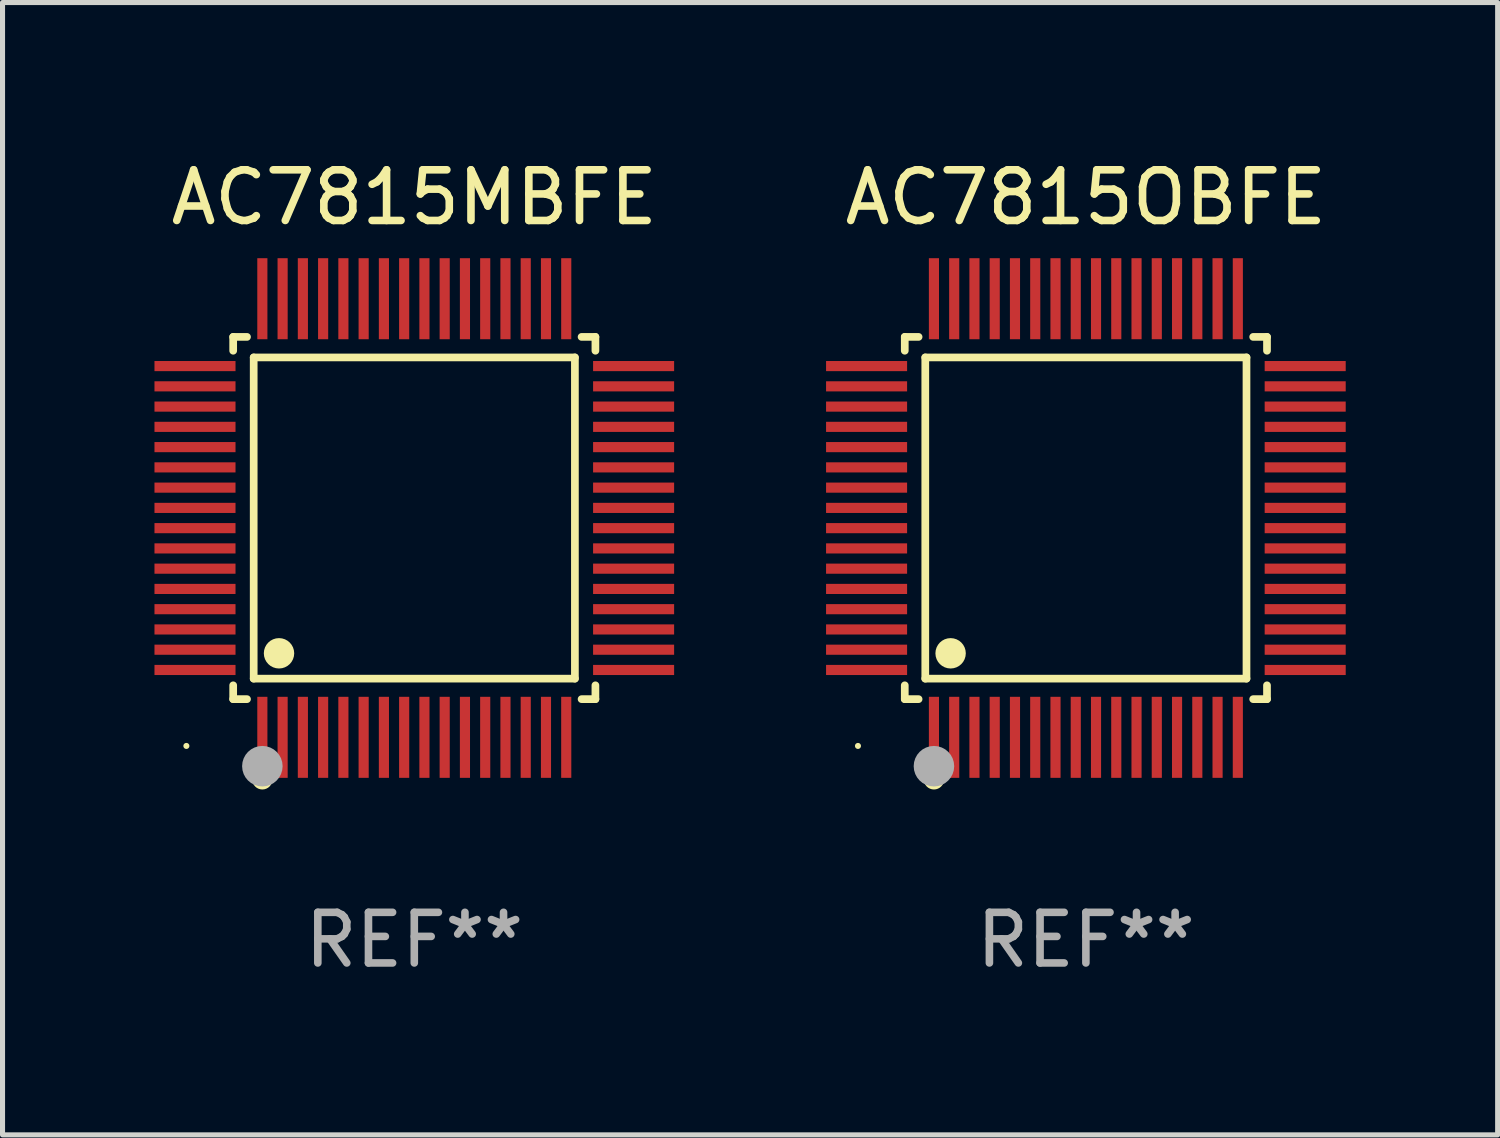
<source format=kicad_pcb>
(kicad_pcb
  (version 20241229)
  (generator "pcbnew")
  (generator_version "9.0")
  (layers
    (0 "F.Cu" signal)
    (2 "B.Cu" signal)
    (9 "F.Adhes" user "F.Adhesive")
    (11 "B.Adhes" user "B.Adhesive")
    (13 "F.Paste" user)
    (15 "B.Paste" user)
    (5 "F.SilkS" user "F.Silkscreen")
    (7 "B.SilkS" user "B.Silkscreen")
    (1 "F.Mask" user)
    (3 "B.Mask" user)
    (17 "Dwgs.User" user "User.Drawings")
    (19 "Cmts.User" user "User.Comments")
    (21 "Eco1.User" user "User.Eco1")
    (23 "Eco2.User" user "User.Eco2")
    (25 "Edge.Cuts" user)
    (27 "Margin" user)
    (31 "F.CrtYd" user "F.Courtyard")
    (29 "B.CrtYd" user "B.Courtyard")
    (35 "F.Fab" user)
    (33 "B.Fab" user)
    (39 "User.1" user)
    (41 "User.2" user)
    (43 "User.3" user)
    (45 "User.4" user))
  (footprint "AC7815MBFE"
    (layer "F.Cu")
    (at 5.13 7.178)
    (property "Reference" "AC7815MBFE" (at 0 -6.33 0) (layer "F.SilkS") (effects (font (size 1 1) (thickness 0.15))))
    (attr through_hole)
    (fp_line (start -3.576 -3.576) (end -3.303 -3.576) (stroke (width 0.152) (type solid)) (layer "F.SilkS"))
    (fp_line (start -3.576 -3.303) (end -3.576 -3.576) (stroke (width 0.152) (type solid)) (layer "F.SilkS"))
    (fp_line (start -3.576 3.303) (end -3.576 3.576) (stroke (width 0.152) (type solid)) (layer "F.SilkS"))
    (fp_line (start -3.576 3.576) (end -3.303 3.576) (stroke (width 0.152) (type solid)) (layer "F.SilkS"))
    (fp_line (start -3.171 -3.171) (end 3.171 -3.171) (stroke (width 0.152) (type solid)) (layer "F.SilkS"))
    (fp_line (start -3.171 3.171) (end -3.171 -3.171) (stroke (width 0.152) (type solid)) (layer "F.SilkS"))
    (fp_line (start 3.171 -3.171) (end 3.171 3.171) (stroke (width 0.152) (type solid)) (layer "F.SilkS"))
    (fp_line (start 3.171 3.171) (end -3.171 3.171) (stroke (width 0.152) (type solid)) (layer "F.SilkS"))
    (fp_line (start 3.576 -3.576) (end 3.303 -3.576) (stroke (width 0.152) (type solid)) (layer "F.SilkS"))
    (fp_line (start 3.576 -3.303) (end 3.576 -3.576) (stroke (width 0.152) (type solid)) (layer "F.SilkS"))
    (fp_line (start 3.576 3.303) (end 3.576 3.576) (stroke (width 0.152) (type solid)) (layer "F.SilkS"))
    (fp_line (start 3.576 3.576) (end 3.303 3.576) (stroke (width 0.152) (type solid)) (layer "F.SilkS"))
    (fp_circle (center -4.5 4.5) (end -4.47 4.5) (stroke (width 0.06) (type solid)) (fill no) (layer "F.SilkS"))
    (fp_circle (center -3 5.16) (end -2.9 5.16) (stroke (width 0.2) (type solid)) (fill no) (layer "F.SilkS"))
    (fp_circle (center -2.671 2.671) (end -2.521 2.671) (stroke (width 0.3) (type solid)) (fill no) (layer "F.SilkS"))
    (fp_circle (center -3 4.9) (end -2.8 4.9) (stroke (width 0.4) (type solid)) (fill no) (layer "F.Fab"))
    (fp_text user "REF**" (at 0 8.33 0) (layer "F.Fab") (effects (font (size 1 1) (thickness 0.15))))
    (pad "1" smd rect (at -3 4.33) (size 0.2 1.6) (layers "F.Cu" "F.Mask" "F.Paste"))
    (pad "2" smd rect (at -2.6 4.33) (size 0.2 1.6) (layers "F.Cu" "F.Mask" "F.Paste"))
    (pad "3" smd rect (at -2.2 4.33) (size 0.2 1.6) (layers "F.Cu" "F.Mask" "F.Paste"))
    (pad "4" smd rect (at -1.8 4.33) (size 0.2 1.6) (layers "F.Cu" "F.Mask" "F.Paste"))
    (pad "5" smd rect (at -1.4 4.33) (size 0.2 1.6) (layers "F.Cu" "F.Mask" "F.Paste"))
    (pad "6" smd rect (at -1 4.33) (size 0.2 1.6) (layers "F.Cu" "F.Mask" "F.Paste"))
    (pad "7" smd rect (at -0.6 4.33) (size 0.2 1.6) (layers "F.Cu" "F.Mask" "F.Paste"))
    (pad "8" smd rect (at -0.2 4.33) (size 0.2 1.6) (layers "F.Cu" "F.Mask" "F.Paste"))
    (pad "9" smd rect (at 0.2 4.33) (size 0.2 1.6) (layers "F.Cu" "F.Mask" "F.Paste"))
    (pad "10" smd rect (at 0.6 4.33) (size 0.2 1.6) (layers "F.Cu" "F.Mask" "F.Paste"))
    (pad "11" smd rect (at 1 4.33) (size 0.2 1.6) (layers "F.Cu" "F.Mask" "F.Paste"))
    (pad "12" smd rect (at 1.4 4.33) (size 0.2 1.6) (layers "F.Cu" "F.Mask" "F.Paste"))
    (pad "13" smd rect (at 1.8 4.33) (size 0.2 1.6) (layers "F.Cu" "F.Mask" "F.Paste"))
    (pad "14" smd rect (at 2.2 4.33) (size 0.2 1.6) (layers "F.Cu" "F.Mask" "F.Paste"))
    (pad "15" smd rect (at 2.6 4.33) (size 0.2 1.6) (layers "F.Cu" "F.Mask" "F.Paste"))
    (pad "16" smd rect (at 3 4.33) (size 0.2 1.6) (layers "F.Cu" "F.Mask" "F.Paste"))
    (pad "17" smd rect (at 4.33 3) (size 1.6 0.2) (layers "F.Cu" "F.Mask" "F.Paste"))
    (pad "18" smd rect (at 4.33 2.6) (size 1.6 0.2) (layers "F.Cu" "F.Mask" "F.Paste"))
    (pad "19" smd rect (at 4.33 2.2) (size 1.6 0.2) (layers "F.Cu" "F.Mask" "F.Paste"))
    (pad "20" smd rect (at 4.33 1.8) (size 1.6 0.2) (layers "F.Cu" "F.Mask" "F.Paste"))
    (pad "21" smd rect (at 4.33 1.4) (size 1.6 0.2) (layers "F.Cu" "F.Mask" "F.Paste"))
    (pad "22" smd rect (at 4.33 1) (size 1.6 0.2) (layers "F.Cu" "F.Mask" "F.Paste"))
    (pad "23" smd rect (at 4.33 0.6) (size 1.6 0.2) (layers "F.Cu" "F.Mask" "F.Paste"))
    (pad "24" smd rect (at 4.33 0.2) (size 1.6 0.2) (layers "F.Cu" "F.Mask" "F.Paste"))
    (pad "25" smd rect (at 4.33 -0.2) (size 1.6 0.2) (layers "F.Cu" "F.Mask" "F.Paste"))
    (pad "26" smd rect (at 4.33 -0.6) (size 1.6 0.2) (layers "F.Cu" "F.Mask" "F.Paste"))
    (pad "27" smd rect (at 4.33 -1) (size 1.6 0.2) (layers "F.Cu" "F.Mask" "F.Paste"))
    (pad "28" smd rect (at 4.33 -1.4) (size 1.6 0.2) (layers "F.Cu" "F.Mask" "F.Paste"))
    (pad "29" smd rect (at 4.33 -1.8) (size 1.6 0.2) (layers "F.Cu" "F.Mask" "F.Paste"))
    (pad "30" smd rect (at 4.33 -2.2) (size 1.6 0.2) (layers "F.Cu" "F.Mask" "F.Paste"))
    (pad "31" smd rect (at 4.33 -2.6) (size 1.6 0.2) (layers "F.Cu" "F.Mask" "F.Paste"))
    (pad "32" smd rect (at 4.33 -3) (size 1.6 0.2) (layers "F.Cu" "F.Mask" "F.Paste"))
    (pad "33" smd rect (at 3 -4.33) (size 0.2 1.6) (layers "F.Cu" "F.Mask" "F.Paste"))
    (pad "34" smd rect (at 2.6 -4.33) (size 0.2 1.6) (layers "F.Cu" "F.Mask" "F.Paste"))
    (pad "35" smd rect (at 2.2 -4.33) (size 0.2 1.6) (layers "F.Cu" "F.Mask" "F.Paste"))
    (pad "36" smd rect (at 1.8 -4.33) (size 0.2 1.6) (layers "F.Cu" "F.Mask" "F.Paste"))
    (pad "37" smd rect (at 1.4 -4.33) (size 0.2 1.6) (layers "F.Cu" "F.Mask" "F.Paste"))
    (pad "38" smd rect (at 1 -4.33) (size 0.2 1.6) (layers "F.Cu" "F.Mask" "F.Paste"))
    (pad "39" smd rect (at 0.6 -4.33) (size 0.2 1.6) (layers "F.Cu" "F.Mask" "F.Paste"))
    (pad "40" smd rect (at 0.2 -4.33) (size 0.2 1.6) (layers "F.Cu" "F.Mask" "F.Paste"))
    (pad "41" smd rect (at -0.2 -4.33) (size 0.2 1.6) (layers "F.Cu" "F.Mask" "F.Paste"))
    (pad "42" smd rect (at -0.6 -4.33) (size 0.2 1.6) (layers "F.Cu" "F.Mask" "F.Paste"))
    (pad "43" smd rect (at -1 -4.33) (size 0.2 1.6) (layers "F.Cu" "F.Mask" "F.Paste"))
    (pad "44" smd rect (at -1.4 -4.33) (size 0.2 1.6) (layers "F.Cu" "F.Mask" "F.Paste"))
    (pad "45" smd rect (at -1.8 -4.33) (size 0.2 1.6) (layers "F.Cu" "F.Mask" "F.Paste"))
    (pad "46" smd rect (at -2.2 -4.33) (size 0.2 1.6) (layers "F.Cu" "F.Mask" "F.Paste"))
    (pad "47" smd rect (at -2.6 -4.33) (size 0.2 1.6) (layers "F.Cu" "F.Mask" "F.Paste"))
    (pad "48" smd rect (at -3 -4.33) (size 0.2 1.6) (layers "F.Cu" "F.Mask" "F.Paste"))
    (pad "49" smd rect (at -4.33 -3) (size 1.6 0.2) (layers "F.Cu" "F.Mask" "F.Paste"))
    (pad "50" smd rect (at -4.33 -2.6) (size 1.6 0.2) (layers "F.Cu" "F.Mask" "F.Paste"))
    (pad "51" smd rect (at -4.33 -2.2) (size 1.6 0.2) (layers "F.Cu" "F.Mask" "F.Paste"))
    (pad "52" smd rect (at -4.33 -1.8) (size 1.6 0.2) (layers "F.Cu" "F.Mask" "F.Paste"))
    (pad "53" smd rect (at -4.33 -1.4) (size 1.6 0.2) (layers "F.Cu" "F.Mask" "F.Paste"))
    (pad "54" smd rect (at -4.33 -1) (size 1.6 0.2) (layers "F.Cu" "F.Mask" "F.Paste"))
    (pad "55" smd rect (at -4.33 -0.6) (size 1.6 0.2) (layers "F.Cu" "F.Mask" "F.Paste"))
    (pad "56" smd rect (at -4.33 -0.2) (size 1.6 0.2) (layers "F.Cu" "F.Mask" "F.Paste"))
    (pad "57" smd rect (at -4.33 0.2) (size 1.6 0.2) (layers "F.Cu" "F.Mask" "F.Paste"))
    (pad "58" smd rect (at -4.33 0.6) (size 1.6 0.2) (layers "F.Cu" "F.Mask" "F.Paste"))
    (pad "59" smd rect (at -4.33 1) (size 1.6 0.2) (layers "F.Cu" "F.Mask" "F.Paste"))
    (pad "60" smd rect (at -4.33 1.4) (size 1.6 0.2) (layers "F.Cu" "F.Mask" "F.Paste"))
    (pad "61" smd rect (at -4.33 1.8) (size 1.6 0.2) (layers "F.Cu" "F.Mask" "F.Paste"))
    (pad "62" smd rect (at -4.33 2.2) (size 1.6 0.2) (layers "F.Cu" "F.Mask" "F.Paste"))
    (pad "63" smd rect (at -4.33 2.6) (size 1.6 0.2) (layers "F.Cu" "F.Mask" "F.Paste"))
    (pad "64" smd rect (at -4.33 3) (size 1.6 0.2) (layers "F.Cu" "F.Mask" "F.Paste")))
  (footprint "AC7815OBFE"
    (layer "F.Cu")
    (at 18.39 7.178)
    (property "Reference" "AC7815OBFE" (at 0 -6.33 0) (layer "F.SilkS") (effects (font (size 1 1) (thickness 0.15))))
    (attr through_hole)
    (fp_line (start -3.576 -3.576) (end -3.303 -3.576) (stroke (width 0.152) (type solid)) (layer "F.SilkS"))
    (fp_line (start -3.576 -3.303) (end -3.576 -3.576) (stroke (width 0.152) (type solid)) (layer "F.SilkS"))
    (fp_line (start -3.576 3.303) (end -3.576 3.576) (stroke (width 0.152) (type solid)) (layer "F.SilkS"))
    (fp_line (start -3.576 3.576) (end -3.303 3.576) (stroke (width 0.152) (type solid)) (layer "F.SilkS"))
    (fp_line (start -3.171 -3.171) (end 3.171 -3.171) (stroke (width 0.152) (type solid)) (layer "F.SilkS"))
    (fp_line (start -3.171 3.171) (end -3.171 -3.171) (stroke (width 0.152) (type solid)) (layer "F.SilkS"))
    (fp_line (start 3.171 -3.171) (end 3.171 3.171) (stroke (width 0.152) (type solid)) (layer "F.SilkS"))
    (fp_line (start 3.171 3.171) (end -3.171 3.171) (stroke (width 0.152) (type solid)) (layer "F.SilkS"))
    (fp_line (start 3.576 -3.576) (end 3.303 -3.576) (stroke (width 0.152) (type solid)) (layer "F.SilkS"))
    (fp_line (start 3.576 -3.303) (end 3.576 -3.576) (stroke (width 0.152) (type solid)) (layer "F.SilkS"))
    (fp_line (start 3.576 3.303) (end 3.576 3.576) (stroke (width 0.152) (type solid)) (layer "F.SilkS"))
    (fp_line (start 3.576 3.576) (end 3.303 3.576) (stroke (width 0.152) (type solid)) (layer "F.SilkS"))
    (fp_circle (center -4.5 4.5) (end -4.47 4.5) (stroke (width 0.06) (type solid)) (fill no) (layer "F.SilkS"))
    (fp_circle (center -3 5.16) (end -2.9 5.16) (stroke (width 0.2) (type solid)) (fill no) (layer "F.SilkS"))
    (fp_circle (center -2.671 2.671) (end -2.521 2.671) (stroke (width 0.3) (type solid)) (fill no) (layer "F.SilkS"))
    (fp_circle (center -3 4.9) (end -2.8 4.9) (stroke (width 0.4) (type solid)) (fill no) (layer "F.Fab"))
    (fp_text user "REF**" (at 0 8.33 0) (layer "F.Fab") (effects (font (size 1 1) (thickness 0.15))))
    (pad "1" smd rect (at -3 4.33) (size 0.2 1.6) (layers "F.Cu" "F.Mask" "F.Paste"))
    (pad "2" smd rect (at -2.6 4.33) (size 0.2 1.6) (layers "F.Cu" "F.Mask" "F.Paste"))
    (pad "3" smd rect (at -2.2 4.33) (size 0.2 1.6) (layers "F.Cu" "F.Mask" "F.Paste"))
    (pad "4" smd rect (at -1.8 4.33) (size 0.2 1.6) (layers "F.Cu" "F.Mask" "F.Paste"))
    (pad "5" smd rect (at -1.4 4.33) (size 0.2 1.6) (layers "F.Cu" "F.Mask" "F.Paste"))
    (pad "6" smd rect (at -1 4.33) (size 0.2 1.6) (layers "F.Cu" "F.Mask" "F.Paste"))
    (pad "7" smd rect (at -0.6 4.33) (size 0.2 1.6) (layers "F.Cu" "F.Mask" "F.Paste"))
    (pad "8" smd rect (at -0.2 4.33) (size 0.2 1.6) (layers "F.Cu" "F.Mask" "F.Paste"))
    (pad "9" smd rect (at 0.2 4.33) (size 0.2 1.6) (layers "F.Cu" "F.Mask" "F.Paste"))
    (pad "10" smd rect (at 0.6 4.33) (size 0.2 1.6) (layers "F.Cu" "F.Mask" "F.Paste"))
    (pad "11" smd rect (at 1 4.33) (size 0.2 1.6) (layers "F.Cu" "F.Mask" "F.Paste"))
    (pad "12" smd rect (at 1.4 4.33) (size 0.2 1.6) (layers "F.Cu" "F.Mask" "F.Paste"))
    (pad "13" smd rect (at 1.8 4.33) (size 0.2 1.6) (layers "F.Cu" "F.Mask" "F.Paste"))
    (pad "14" smd rect (at 2.2 4.33) (size 0.2 1.6) (layers "F.Cu" "F.Mask" "F.Paste"))
    (pad "15" smd rect (at 2.6 4.33) (size 0.2 1.6) (layers "F.Cu" "F.Mask" "F.Paste"))
    (pad "16" smd rect (at 3 4.33) (size 0.2 1.6) (layers "F.Cu" "F.Mask" "F.Paste"))
    (pad "17" smd rect (at 4.33 3) (size 1.6 0.2) (layers "F.Cu" "F.Mask" "F.Paste"))
    (pad "18" smd rect (at 4.33 2.6) (size 1.6 0.2) (layers "F.Cu" "F.Mask" "F.Paste"))
    (pad "19" smd rect (at 4.33 2.2) (size 1.6 0.2) (layers "F.Cu" "F.Mask" "F.Paste"))
    (pad "20" smd rect (at 4.33 1.8) (size 1.6 0.2) (layers "F.Cu" "F.Mask" "F.Paste"))
    (pad "21" smd rect (at 4.33 1.4) (size 1.6 0.2) (layers "F.Cu" "F.Mask" "F.Paste"))
    (pad "22" smd rect (at 4.33 1) (size 1.6 0.2) (layers "F.Cu" "F.Mask" "F.Paste"))
    (pad "23" smd rect (at 4.33 0.6) (size 1.6 0.2) (layers "F.Cu" "F.Mask" "F.Paste"))
    (pad "24" smd rect (at 4.33 0.2) (size 1.6 0.2) (layers "F.Cu" "F.Mask" "F.Paste"))
    (pad "25" smd rect (at 4.33 -0.2) (size 1.6 0.2) (layers "F.Cu" "F.Mask" "F.Paste"))
    (pad "26" smd rect (at 4.33 -0.6) (size 1.6 0.2) (layers "F.Cu" "F.Mask" "F.Paste"))
    (pad "27" smd rect (at 4.33 -1) (size 1.6 0.2) (layers "F.Cu" "F.Mask" "F.Paste"))
    (pad "28" smd rect (at 4.33 -1.4) (size 1.6 0.2) (layers "F.Cu" "F.Mask" "F.Paste"))
    (pad "29" smd rect (at 4.33 -1.8) (size 1.6 0.2) (layers "F.Cu" "F.Mask" "F.Paste"))
    (pad "30" smd rect (at 4.33 -2.2) (size 1.6 0.2) (layers "F.Cu" "F.Mask" "F.Paste"))
    (pad "31" smd rect (at 4.33 -2.6) (size 1.6 0.2) (layers "F.Cu" "F.Mask" "F.Paste"))
    (pad "32" smd rect (at 4.33 -3) (size 1.6 0.2) (layers "F.Cu" "F.Mask" "F.Paste"))
    (pad "33" smd rect (at 3 -4.33) (size 0.2 1.6) (layers "F.Cu" "F.Mask" "F.Paste"))
    (pad "34" smd rect (at 2.6 -4.33) (size 0.2 1.6) (layers "F.Cu" "F.Mask" "F.Paste"))
    (pad "35" smd rect (at 2.2 -4.33) (size 0.2 1.6) (layers "F.Cu" "F.Mask" "F.Paste"))
    (pad "36" smd rect (at 1.8 -4.33) (size 0.2 1.6) (layers "F.Cu" "F.Mask" "F.Paste"))
    (pad "37" smd rect (at 1.4 -4.33) (size 0.2 1.6) (layers "F.Cu" "F.Mask" "F.Paste"))
    (pad "38" smd rect (at 1 -4.33) (size 0.2 1.6) (layers "F.Cu" "F.Mask" "F.Paste"))
    (pad "39" smd rect (at 0.6 -4.33) (size 0.2 1.6) (layers "F.Cu" "F.Mask" "F.Paste"))
    (pad "40" smd rect (at 0.2 -4.33) (size 0.2 1.6) (layers "F.Cu" "F.Mask" "F.Paste"))
    (pad "41" smd rect (at -0.2 -4.33) (size 0.2 1.6) (layers "F.Cu" "F.Mask" "F.Paste"))
    (pad "42" smd rect (at -0.6 -4.33) (size 0.2 1.6) (layers "F.Cu" "F.Mask" "F.Paste"))
    (pad "43" smd rect (at -1 -4.33) (size 0.2 1.6) (layers "F.Cu" "F.Mask" "F.Paste"))
    (pad "44" smd rect (at -1.4 -4.33) (size 0.2 1.6) (layers "F.Cu" "F.Mask" "F.Paste"))
    (pad "45" smd rect (at -1.8 -4.33) (size 0.2 1.6) (layers "F.Cu" "F.Mask" "F.Paste"))
    (pad "46" smd rect (at -2.2 -4.33) (size 0.2 1.6) (layers "F.Cu" "F.Mask" "F.Paste"))
    (pad "47" smd rect (at -2.6 -4.33) (size 0.2 1.6) (layers "F.Cu" "F.Mask" "F.Paste"))
    (pad "48" smd rect (at -3 -4.33) (size 0.2 1.6) (layers "F.Cu" "F.Mask" "F.Paste"))
    (pad "49" smd rect (at -4.33 -3) (size 1.6 0.2) (layers "F.Cu" "F.Mask" "F.Paste"))
    (pad "50" smd rect (at -4.33 -2.6) (size 1.6 0.2) (layers "F.Cu" "F.Mask" "F.Paste"))
    (pad "51" smd rect (at -4.33 -2.2) (size 1.6 0.2) (layers "F.Cu" "F.Mask" "F.Paste"))
    (pad "52" smd rect (at -4.33 -1.8) (size 1.6 0.2) (layers "F.Cu" "F.Mask" "F.Paste"))
    (pad "53" smd rect (at -4.33 -1.4) (size 1.6 0.2) (layers "F.Cu" "F.Mask" "F.Paste"))
    (pad "54" smd rect (at -4.33 -1) (size 1.6 0.2) (layers "F.Cu" "F.Mask" "F.Paste"))
    (pad "55" smd rect (at -4.33 -0.6) (size 1.6 0.2) (layers "F.Cu" "F.Mask" "F.Paste"))
    (pad "56" smd rect (at -4.33 -0.2) (size 1.6 0.2) (layers "F.Cu" "F.Mask" "F.Paste"))
    (pad "57" smd rect (at -4.33 0.2) (size 1.6 0.2) (layers "F.Cu" "F.Mask" "F.Paste"))
    (pad "58" smd rect (at -4.33 0.6) (size 1.6 0.2) (layers "F.Cu" "F.Mask" "F.Paste"))
    (pad "59" smd rect (at -4.33 1) (size 1.6 0.2) (layers "F.Cu" "F.Mask" "F.Paste"))
    (pad "60" smd rect (at -4.33 1.4) (size 1.6 0.2) (layers "F.Cu" "F.Mask" "F.Paste"))
    (pad "61" smd rect (at -4.33 1.8) (size 1.6 0.2) (layers "F.Cu" "F.Mask" "F.Paste"))
    (pad "62" smd rect (at -4.33 2.2) (size 1.6 0.2) (layers "F.Cu" "F.Mask" "F.Paste"))
    (pad "63" smd rect (at -4.33 2.6) (size 1.6 0.2) (layers "F.Cu" "F.Mask" "F.Paste"))
    (pad "64" smd rect (at -4.33 3) (size 1.6 0.2) (layers "F.Cu" "F.Mask" "F.Paste")))
  (gr_rect
    (start -3 -3)
    (end 26.52 19.357)
    (stroke (width 0.1) (type default))
    (fill no)
    (layer "Edge.Cuts")))
</source>
